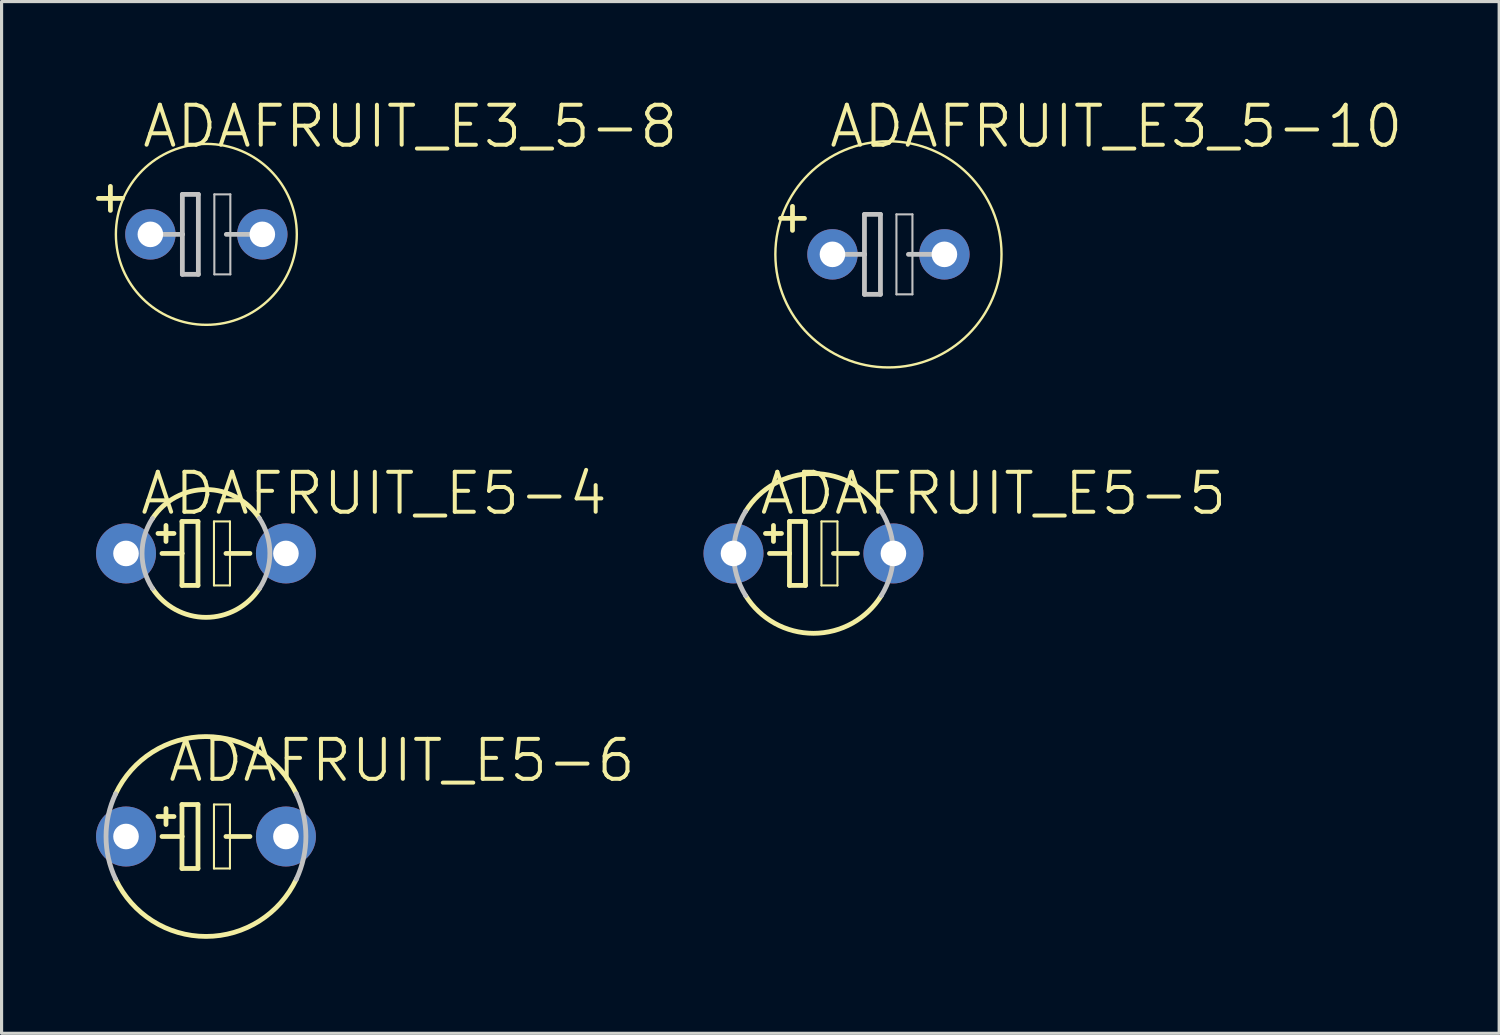
<source format=kicad_pcb>
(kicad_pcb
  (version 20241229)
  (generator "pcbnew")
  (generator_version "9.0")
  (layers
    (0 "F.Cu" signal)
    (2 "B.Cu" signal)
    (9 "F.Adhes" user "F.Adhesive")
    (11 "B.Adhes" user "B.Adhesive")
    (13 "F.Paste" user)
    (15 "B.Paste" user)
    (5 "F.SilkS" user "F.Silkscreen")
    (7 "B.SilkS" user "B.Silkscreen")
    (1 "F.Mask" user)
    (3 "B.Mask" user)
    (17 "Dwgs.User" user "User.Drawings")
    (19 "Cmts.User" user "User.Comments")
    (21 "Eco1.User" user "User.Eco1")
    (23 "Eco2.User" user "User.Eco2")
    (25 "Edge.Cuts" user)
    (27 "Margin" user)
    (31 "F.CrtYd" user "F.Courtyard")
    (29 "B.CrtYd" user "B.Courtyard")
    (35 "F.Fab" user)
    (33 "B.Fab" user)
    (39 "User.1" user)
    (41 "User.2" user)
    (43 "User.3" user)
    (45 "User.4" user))
  (footprint "ADAFRUIT_E5-6"
    (layer "F.Cu")
    (at 3.493 23.523)
    (property "Reference" "ADAFRUIT_E5-6" (at 6.223 -2.413 0) (layer "F.SilkS") (effects (font (size 1.27 1.27) (thickness 0.127))))
    (attr exclude_from_pos_files exclude_from_bom)
    (fp_line (start -1.524 -0.635) (end -1.016 -0.635) (stroke (width 0.152) (type solid)) (layer "F.SilkS"))
    (fp_line (start -1.397 0) (end -0.762 0) (stroke (width 0.152) (type solid)) (layer "F.SilkS"))
    (fp_line (start -1.27 -0.381) (end -1.27 -0.889) (stroke (width 0.152) (type solid)) (layer "F.SilkS"))
    (fp_line (start -0.762 -1.016) (end -0.762 0) (stroke (width 0.152) (type solid)) (layer "F.SilkS"))
    (fp_line (start -0.762 0) (end -0.762 1.016) (stroke (width 0.152) (type solid)) (layer "F.SilkS"))
    (fp_line (start -0.762 1.016) (end -0.254 1.016) (stroke (width 0.152) (type solid)) (layer "F.SilkS"))
    (fp_line (start -0.254 -1.016) (end -0.762 -1.016) (stroke (width 0.152) (type solid)) (layer "F.SilkS"))
    (fp_line (start -0.254 1.016) (end -0.254 -1.016) (stroke (width 0.152) (type solid)) (layer "F.SilkS"))
    (fp_line (start 0.254 -1.016) (end 0.762 -1.016) (stroke (width 0.066) (type solid)) (layer "F.SilkS"))
    (fp_line (start 0.254 1.016) (end 0.254 -1.016) (stroke (width 0.066) (type solid)) (layer "F.SilkS"))
    (fp_line (start 0.254 1.016) (end 0.762 1.016) (stroke (width 0.066) (type solid)) (layer "F.SilkS"))
    (fp_line (start 0.635 0) (end 1.397 0) (stroke (width 0.152) (type solid)) (layer "F.SilkS"))
    (fp_line (start 0.762 1.016) (end 0.762 -1.016) (stroke (width 0.066) (type solid)) (layer "F.SilkS"))
    (fp_arc (start -2.8702 -1.35636) (mid -0.003112 -3.174547) (end 2.867536 -1.361984) (stroke (width 0.1524) (type solid)) (layer "F.SilkS"))
    (fp_arc (start 2.8702 1.35636) (mid 0.003112 3.174547) (end -2.867536 1.361984) (stroke (width 0.1524) (type solid)) (layer "F.SilkS"))
    (fp_arc (start -2.8702 1.35636) (mid -3.174549 -0.000341) (end -2.869908 -1.356977) (stroke (width 0.1524) (type solid)) (layer "Dwgs.User"))
    (fp_arc (start 2.8702 -1.35636) (mid 3.174549 0.000341) (end 2.869908 1.356977) (stroke (width 0.1524) (type solid)) (layer "Dwgs.User"))
    (pad "+" thru_hole circle (at -2.54 0) (size 1.905 1.905) (drill 0.813) (layers "*.Cu" "*.Paste" "*.Mask"))
    (pad "-" thru_hole circle (at 2.54 0) (size 1.905 1.905) (drill 0.813) (layers "*.Cu" "*.Paste" "*.Mask")))
  (footprint "ADAFRUIT_E5-4"
    (layer "F.Cu")
    (at 3.493 14.531)
    (property "Reference" "ADAFRUIT_E5-4" (at 5.334 -1.905 0) (layer "F.SilkS") (effects (font (size 1.27 1.27) (thickness 0.127))))
    (attr exclude_from_pos_files exclude_from_bom)
    (fp_line (start -1.524 -0.635) (end -1.016 -0.635) (stroke (width 0.152) (type solid)) (layer "F.SilkS"))
    (fp_line (start -1.397 0) (end -0.762 0) (stroke (width 0.152) (type solid)) (layer "F.SilkS"))
    (fp_line (start -1.27 -0.381) (end -1.27 -0.889) (stroke (width 0.152) (type solid)) (layer "F.SilkS"))
    (fp_line (start -0.762 -1.016) (end -0.762 0) (stroke (width 0.152) (type solid)) (layer "F.SilkS"))
    (fp_line (start -0.762 0) (end -0.762 1.016) (stroke (width 0.152) (type solid)) (layer "F.SilkS"))
    (fp_line (start -0.762 1.016) (end -0.254 1.016) (stroke (width 0.152) (type solid)) (layer "F.SilkS"))
    (fp_line (start -0.254 -1.016) (end -0.762 -1.016) (stroke (width 0.152) (type solid)) (layer "F.SilkS"))
    (fp_line (start -0.254 1.016) (end -0.254 -1.016) (stroke (width 0.152) (type solid)) (layer "F.SilkS"))
    (fp_line (start 0.254 -1.016) (end 0.762 -1.016) (stroke (width 0.066) (type solid)) (layer "F.SilkS"))
    (fp_line (start 0.254 1.016) (end 0.254 -1.016) (stroke (width 0.066) (type solid)) (layer "F.SilkS"))
    (fp_line (start 0.254 1.016) (end 0.762 1.016) (stroke (width 0.066) (type solid)) (layer "F.SilkS"))
    (fp_line (start 0.635 0) (end 1.397 0) (stroke (width 0.152) (type solid)) (layer "F.SilkS"))
    (fp_line (start 0.762 1.016) (end 0.762 -1.016) (stroke (width 0.066) (type solid)) (layer "F.SilkS"))
    (fp_arc (start -1.69672 -1.11506) (mid 0.000437 -2.030324) (end 1.6972 -1.114329) (stroke (width 0.1524) (type solid)) (layer "F.SilkS"))
    (fp_arc (start 1.69672 1.11506) (mid -0.000437 2.030324) (end -1.6972 1.114329) (stroke (width 0.1524) (type solid)) (layer "F.SilkS"))
    (fp_arc (start -1.69672 1.11506) (mid -2.030323 0.002209) (end -1.699143 -1.111365) (stroke (width 0.1524) (type solid)) (layer "Dwgs.User"))
    (fp_arc (start 1.69672 -1.11506) (mid 2.030323 -0.002209) (end 1.699143 1.111365) (stroke (width 0.1524) (type solid)) (layer "Dwgs.User"))
    (pad "+" thru_hole circle (at -2.54 0) (size 1.905 1.905) (drill 0.813) (layers "*.Cu" "*.Paste" "*.Mask"))
    (pad "-" thru_hole circle (at 2.54 0) (size 1.905 1.905) (drill 0.813) (layers "*.Cu" "*.Paste" "*.Mask")))
  (footprint "ADAFRUIT_E3_5-8"
    (layer "F.Cu")
    (at 3.505 4.395)
    (property "Reference" "ADAFRUIT_E3_5-8" (at 6.477 -3.429 0) (layer "F.SilkS") (effects (font (size 1.27 1.27) (thickness 0.127))))
    (attr exclude_from_pos_files exclude_from_bom)
    (fp_line (start -3.429 -1.143) (end -2.667 -1.143) (stroke (width 0.152) (type solid)) (layer "F.SilkS"))
    (fp_line (start -3.048 -0.762) (end -3.048 -1.524) (stroke (width 0.152) (type solid)) (layer "F.SilkS"))
    (fp_circle (center 0 0) (end -2.032 2.032) (stroke (width 0.076) (type solid)) (fill no) (layer "F.SilkS"))
    (fp_line (start -1.651 0) (end -0.762 0) (stroke (width 0.152) (type solid)) (layer "Dwgs.User"))
    (fp_line (start -0.762 -1.27) (end -0.762 0) (stroke (width 0.152) (type solid)) (layer "Dwgs.User"))
    (fp_line (start -0.762 0) (end -0.762 1.27) (stroke (width 0.152) (type solid)) (layer "Dwgs.User"))
    (fp_line (start -0.762 1.27) (end -0.254 1.27) (stroke (width 0.152) (type solid)) (layer "Dwgs.User"))
    (fp_line (start -0.254 -1.27) (end -0.762 -1.27) (stroke (width 0.152) (type solid)) (layer "Dwgs.User"))
    (fp_line (start -0.254 1.27) (end -0.254 -1.27) (stroke (width 0.152) (type solid)) (layer "Dwgs.User"))
    (fp_line (start 0.254 -1.27) (end 0.762 -1.27) (stroke (width 0.066) (type solid)) (layer "Dwgs.User"))
    (fp_line (start 0.254 1.27) (end 0.254 -1.27) (stroke (width 0.066) (type solid)) (layer "Dwgs.User"))
    (fp_line (start 0.254 1.27) (end 0.762 1.27) (stroke (width 0.066) (type solid)) (layer "Dwgs.User"))
    (fp_line (start 0.635 0) (end 1.651 0) (stroke (width 0.152) (type solid)) (layer "Dwgs.User"))
    (fp_line (start 0.762 1.27) (end 0.762 -1.27) (stroke (width 0.066) (type solid)) (layer "Dwgs.User"))
    (pad "+" thru_hole circle (at -1.778 0) (size 1.6 1.6) (drill 0.813) (layers "*.Cu" "*.Paste" "*.Mask"))
    (pad "-" thru_hole circle (at 1.778 0) (size 1.6 1.6) (drill 0.813) (layers "*.Cu" "*.Paste" "*.Mask")))
  (footprint "ADAFRUIT_E3_5-10"
    (layer "F.Cu")
    (at 25.173 5.03)
    (property "Reference" "ADAFRUIT_E3_5-10" (at 7.236 -4.064 0) (layer "F.SilkS") (effects (font (size 1.27 1.27) (thickness 0.127))))
    (attr exclude_from_pos_files exclude_from_bom)
    (fp_line (start -3.429 -1.143) (end -2.667 -1.143) (stroke (width 0.152) (type solid)) (layer "F.SilkS"))
    (fp_line (start -3.048 -0.762) (end -3.048 -1.524) (stroke (width 0.152) (type solid)) (layer "F.SilkS"))
    (fp_circle (center 0 0) (end -2.54 2.54) (stroke (width 0.076) (type solid)) (fill no) (layer "F.SilkS"))
    (fp_line (start -1.651 0) (end -0.762 0) (stroke (width 0.152) (type solid)) (layer "Dwgs.User"))
    (fp_line (start -0.762 -1.27) (end -0.762 0) (stroke (width 0.152) (type solid)) (layer "Dwgs.User"))
    (fp_line (start -0.762 0) (end -0.762 1.27) (stroke (width 0.152) (type solid)) (layer "Dwgs.User"))
    (fp_line (start -0.762 1.27) (end -0.254 1.27) (stroke (width 0.152) (type solid)) (layer "Dwgs.User"))
    (fp_line (start -0.254 -1.27) (end -0.762 -1.27) (stroke (width 0.152) (type solid)) (layer "Dwgs.User"))
    (fp_line (start -0.254 1.27) (end -0.254 -1.27) (stroke (width 0.152) (type solid)) (layer "Dwgs.User"))
    (fp_line (start 0.254 -1.27) (end 0.762 -1.27) (stroke (width 0.066) (type solid)) (layer "Dwgs.User"))
    (fp_line (start 0.254 1.27) (end 0.254 -1.27) (stroke (width 0.066) (type solid)) (layer "Dwgs.User"))
    (fp_line (start 0.254 1.27) (end 0.762 1.27) (stroke (width 0.066) (type solid)) (layer "Dwgs.User"))
    (fp_line (start 0.635 0) (end 1.651 0) (stroke (width 0.152) (type solid)) (layer "Dwgs.User"))
    (fp_line (start 0.762 1.27) (end 0.762 -1.27) (stroke (width 0.066) (type solid)) (layer "Dwgs.User"))
    (pad "+" thru_hole circle (at -1.778 0) (size 1.6 1.6) (drill 0.813) (layers "*.Cu" "*.Paste" "*.Mask"))
    (pad "-" thru_hole circle (at 1.778 0) (size 1.6 1.6) (drill 0.813) (layers "*.Cu" "*.Paste" "*.Mask")))
  (footprint "ADAFRUIT_E5-5"
    (layer "F.Cu")
    (at 22.791 14.531)
    (property "Reference" "ADAFRUIT_E5-5" (at 5.715 -1.905 0) (layer "F.SilkS") (effects (font (size 1.27 1.27) (thickness 0.127))))
    (attr exclude_from_pos_files exclude_from_bom)
    (fp_line (start -1.524 -0.635) (end -1.016 -0.635) (stroke (width 0.152) (type solid)) (layer "F.SilkS"))
    (fp_line (start -1.397 0) (end -0.762 0) (stroke (width 0.152) (type solid)) (layer "F.SilkS"))
    (fp_line (start -1.27 -0.381) (end -1.27 -0.889) (stroke (width 0.152) (type solid)) (layer "F.SilkS"))
    (fp_line (start -0.762 -1.016) (end -0.762 0) (stroke (width 0.152) (type solid)) (layer "F.SilkS"))
    (fp_line (start -0.762 0) (end -0.762 1.016) (stroke (width 0.152) (type solid)) (layer "F.SilkS"))
    (fp_line (start -0.762 1.016) (end -0.254 1.016) (stroke (width 0.152) (type solid)) (layer "F.SilkS"))
    (fp_line (start -0.254 -1.016) (end -0.762 -1.016) (stroke (width 0.152) (type solid)) (layer "F.SilkS"))
    (fp_line (start -0.254 1.016) (end -0.254 -1.016) (stroke (width 0.152) (type solid)) (layer "F.SilkS"))
    (fp_line (start 0.254 -1.016) (end 0.762 -1.016) (stroke (width 0.066) (type solid)) (layer "F.SilkS"))
    (fp_line (start 0.254 1.016) (end 0.254 -1.016) (stroke (width 0.066) (type solid)) (layer "F.SilkS"))
    (fp_line (start 0.254 1.016) (end 0.762 1.016) (stroke (width 0.066) (type solid)) (layer "F.SilkS"))
    (fp_line (start 0.635 0) (end 1.397 0) (stroke (width 0.152) (type solid)) (layer "F.SilkS"))
    (fp_line (start 0.762 1.016) (end 0.762 -1.016) (stroke (width 0.066) (type solid)) (layer "F.SilkS"))
    (fp_arc (start -2.15392 -1.34112) (mid -0.001855 -2.537316) (end 2.151957 -1.344268) (stroke (width 0.1524) (type solid)) (layer "F.SilkS"))
    (fp_arc (start 2.15392 1.34112) (mid 0.001855 2.537316) (end -2.151957 1.344268) (stroke (width 0.1524) (type solid)) (layer "F.SilkS"))
    (fp_arc (start -2.15392 1.34112) (mid -2.537316 0.000359) (end -2.154299 -1.34051) (stroke (width 0.1524) (type solid)) (layer "Dwgs.User"))
    (fp_arc (start 2.15392 -1.34112) (mid 2.537316 -0.000359) (end 2.154299 1.34051) (stroke (width 0.1524) (type solid)) (layer "Dwgs.User"))
    (pad "+" thru_hole circle (at -2.54 0) (size 1.905 1.905) (drill 0.813) (layers "*.Cu" "*.Paste" "*.Mask"))
    (pad "-" thru_hole circle (at 2.54 0) (size 1.905 1.905) (drill 0.813) (layers "*.Cu" "*.Paste" "*.Mask")))
  (gr_rect
    (start -3 -3)
    (end 44.574 29.774)
    (stroke (width 0.1) (type default))
    (fill no)
    (layer "Edge.Cuts")))
</source>
